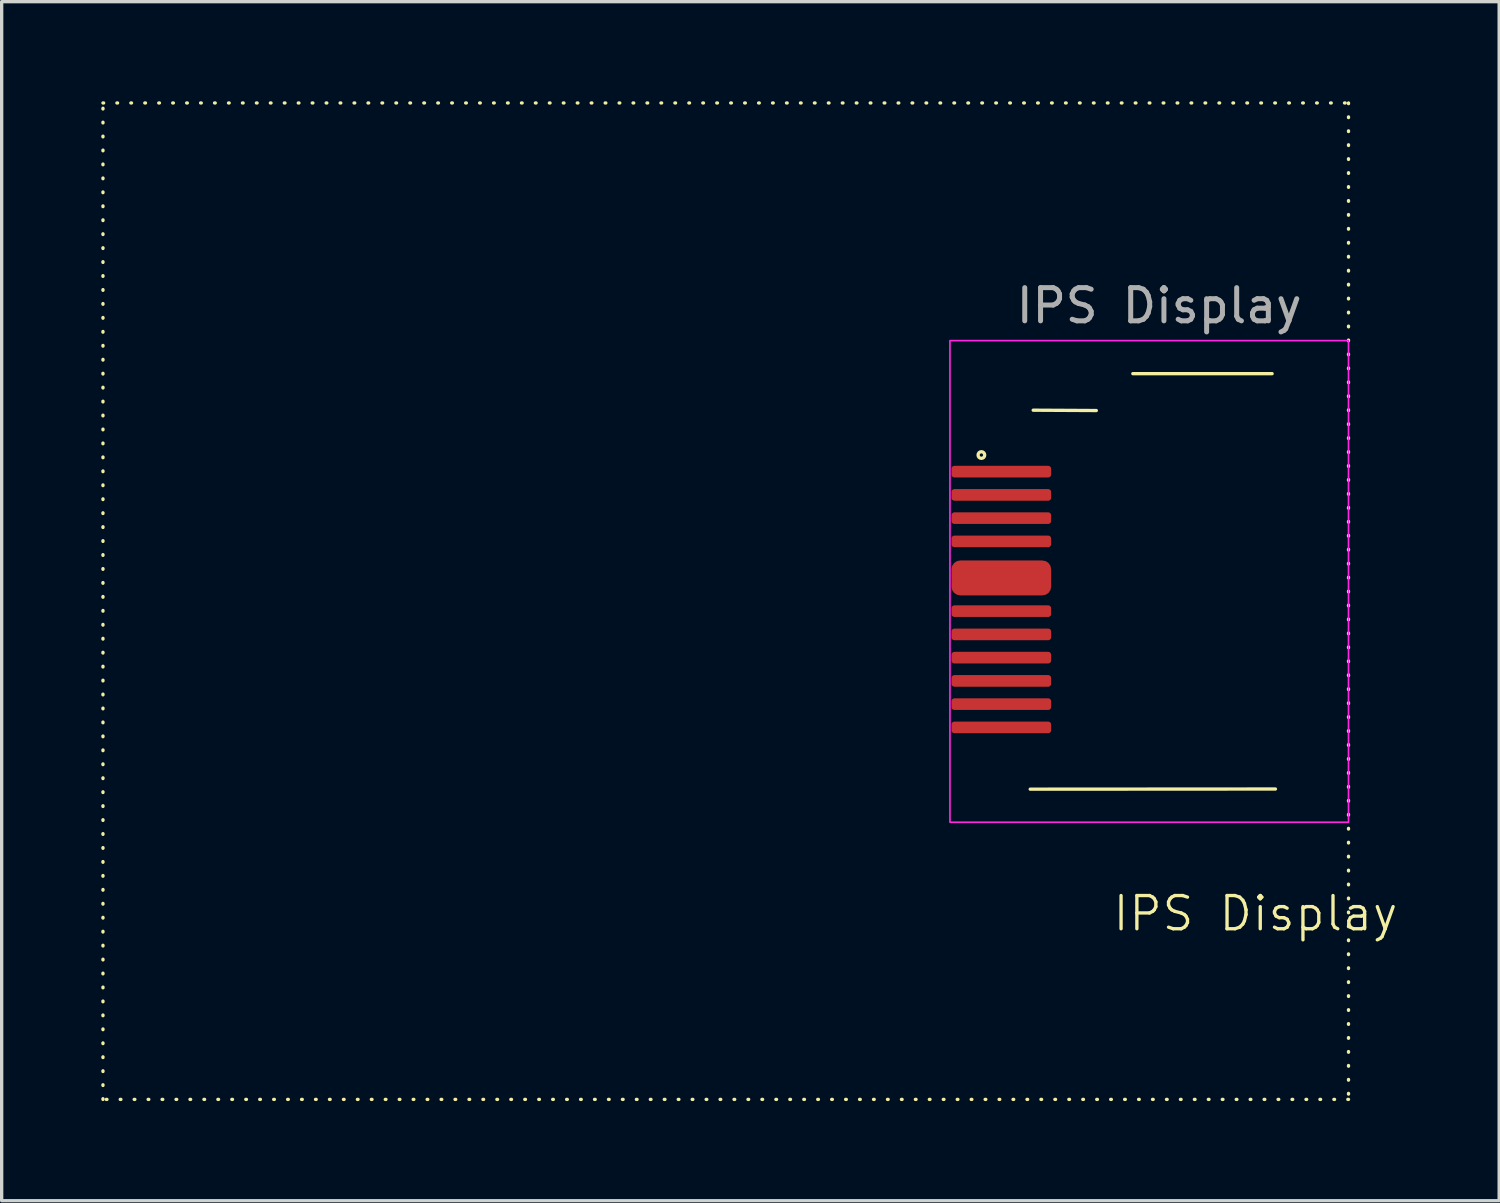
<source format=kicad_pcb>
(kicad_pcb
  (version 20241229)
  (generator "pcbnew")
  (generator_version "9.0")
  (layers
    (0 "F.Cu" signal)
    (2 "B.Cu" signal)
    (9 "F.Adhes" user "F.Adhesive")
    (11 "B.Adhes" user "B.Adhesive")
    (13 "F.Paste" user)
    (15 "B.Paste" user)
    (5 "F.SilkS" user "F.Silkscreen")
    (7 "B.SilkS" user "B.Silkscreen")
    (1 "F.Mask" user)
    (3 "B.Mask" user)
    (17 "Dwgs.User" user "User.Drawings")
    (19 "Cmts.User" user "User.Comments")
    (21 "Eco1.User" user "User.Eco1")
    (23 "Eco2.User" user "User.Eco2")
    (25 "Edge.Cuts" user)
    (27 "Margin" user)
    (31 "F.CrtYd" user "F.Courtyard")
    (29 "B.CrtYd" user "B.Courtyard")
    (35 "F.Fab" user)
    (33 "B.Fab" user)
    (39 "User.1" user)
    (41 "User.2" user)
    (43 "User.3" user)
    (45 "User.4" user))
  (footprint "IPS Display"
    (layer "F.Cu")
    (at 37.55 15.05)
    (property "Reference" "IPS Display" (at -2.8 9.405 0) (unlocked yes) (layer "F.SilkS") (effects (font (size 1 1) (thickness 0.1))))
    (attr smd)
    (fp_line (start -7.593 -5.74) (end -9.493 -5.75) (stroke (width 0.1) (type default)) (layer "F.SilkS"))
    (fp_line (start -2.3 -6.85) (end -6.493 -6.85) (stroke (width 0.1) (type default)) (layer "F.SilkS"))
    (fp_line (start -2.2 5.655) (end -9.583 5.66) (stroke (width 0.1) (type default)) (layer "F.SilkS"))
    (fp_rect (start -37.5 -15) (end 0 15) (stroke (width 0.1) (type dot)) (fill no) (layer "F.SilkS"))
    (fp_circle (center -11.053 -4.4) (end -11.053 -4.5) (stroke (width 0.1) (type default)) (fill no) (layer "F.SilkS"))
    (fp_rect (start -12 6.655) (end 0 -7.845) (stroke (width 0.05) (type default)) (fill no) (layer "F.CrtYd"))
    (fp_text user "${REFERENCE}" (at -5.7 -8.895 0) (unlocked yes) (layer "F.Fab") (effects (font (size 1 1) (thickness 0.15))))
    (pad "1" smd roundrect (at -10.453 -3.9) (size 3 0.35) (layers "F.Cu" "F.Mask" "F.Paste") (roundrect_rratio 0.25))
    (pad "1" smd roundrect (at -10.453 -0.7) (size 3 1.05) (layers "F.Cu" "F.Mask" "F.Paste") (roundrect_rratio 0.25))
    (pad "1" smd roundrect (at -10.453 3.8) (size 3 0.35) (layers "F.Cu" "F.Mask" "F.Paste") (roundrect_rratio 0.25))
    (pad "2" smd roundrect (at -10.453 -3.2) (size 3 0.35) (layers "F.Cu" "F.Mask" "F.Paste") (roundrect_rratio 0.25))
    (pad "3" smd roundrect (at -10.453 -2.5) (size 3 0.35) (layers "F.Cu" "F.Mask" "F.Paste") (roundrect_rratio 0.25))
    (pad "4" smd roundrect (at -10.453 -1.8) (size 3 0.35) (layers "F.Cu" "F.Mask" "F.Paste") (roundrect_rratio 0.25))
    (pad "7" smd roundrect (at -10.453 0.3) (size 3 0.35) (layers "F.Cu" "F.Mask" "F.Paste") (roundrect_rratio 0.25))
    (pad "8" smd roundrect (at -10.453 1) (size 3 0.35) (layers "F.Cu" "F.Mask" "F.Paste") (roundrect_rratio 0.25))
    (pad "9" smd roundrect (at -10.453 1.7) (size 3 0.35) (layers "F.Cu" "F.Mask" "F.Paste") (roundrect_rratio 0.25))
    (pad "10" smd roundrect (at -10.453 2.4) (size 3 0.35) (layers "F.Cu" "F.Mask" "F.Paste") (roundrect_rratio 0.25))
    (pad "11" smd roundrect (at -10.453 3.1) (size 3 0.35) (layers "F.Cu" "F.Mask" "F.Paste") (roundrect_rratio 0.25)))
  (gr_rect
    (start -3 -3)
    (end 42.086 33.1)
    (stroke (width 0.1) (type default))
    (fill no)
    (layer "Edge.Cuts")))
</source>
